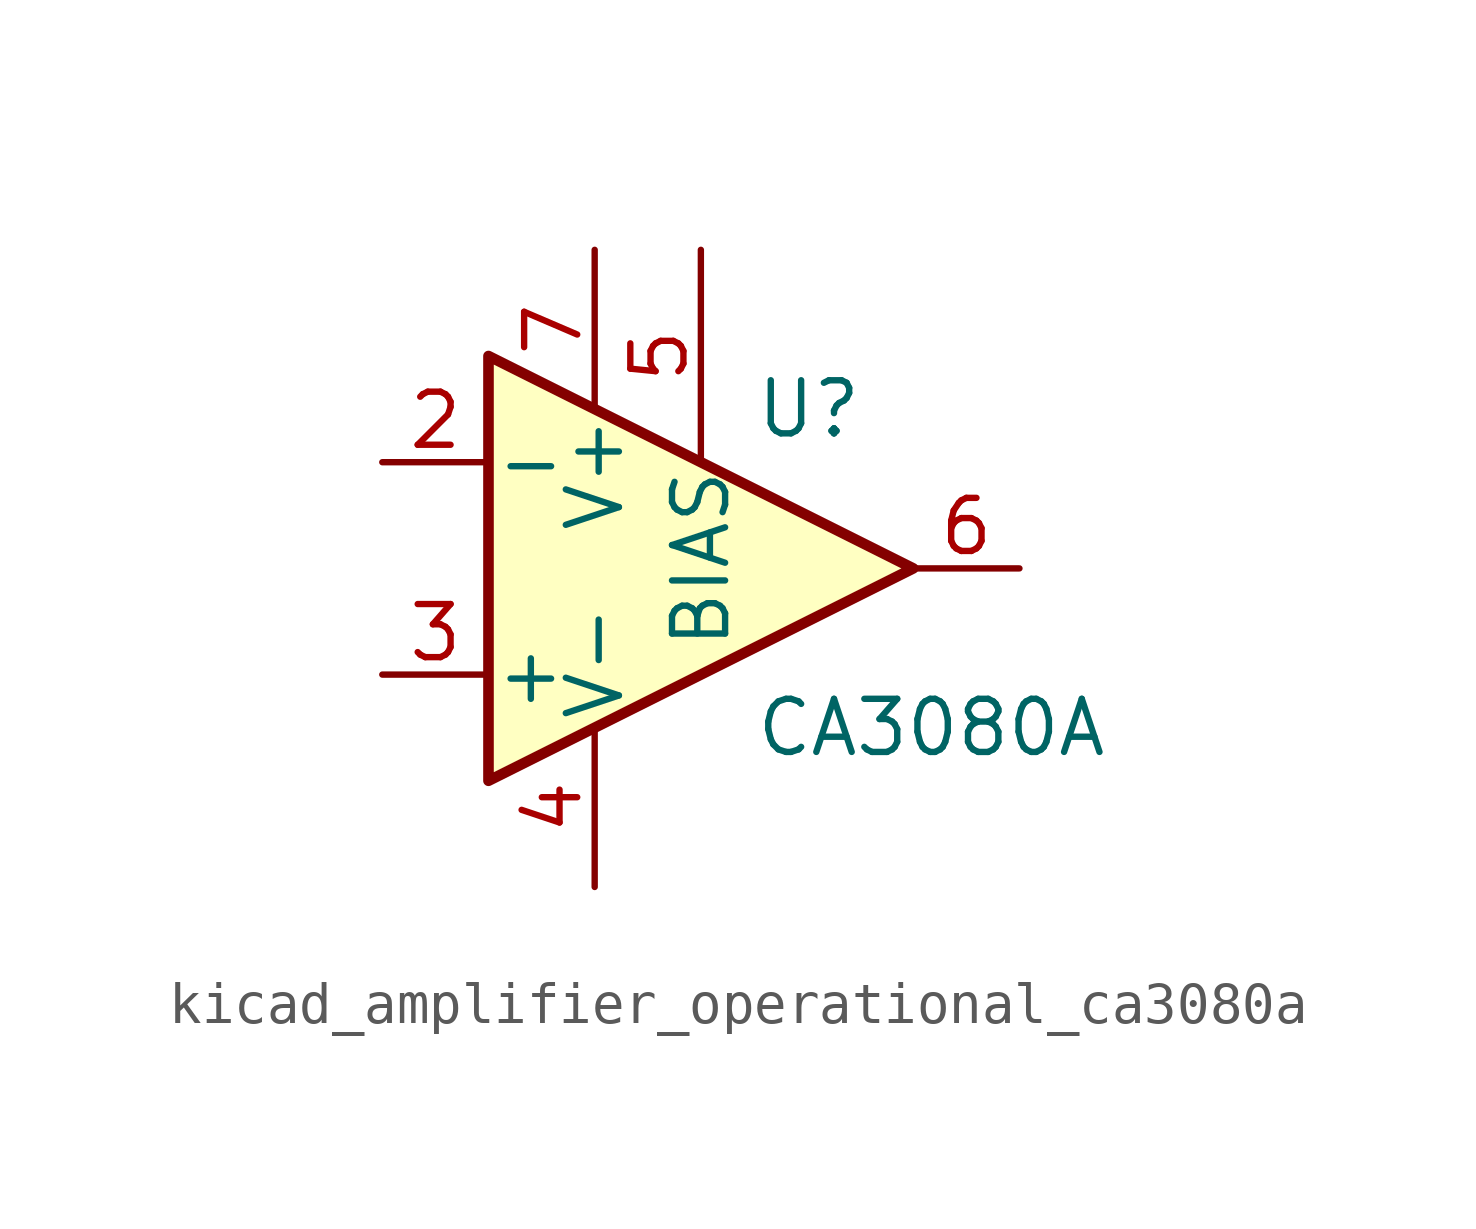
<source format=kicad_sym>
(kicad_symbol_lib
  (version 20220914)
  (generator kicad_symbol_editor)
  (symbol "kicad_amplifier_operational_ca3080a"
    (pin_names
      (offset 0.127))
    (property "Reference" "U"
      (at 1.27 3.81 0)
      (effects (font (size 1.27 1.27)) (justify left)))
    (property "Value" "CA3080A"
      (at 1.27 -3.81 0)
      (effects (font (size 1.27 1.27)) (justify left)))
    (symbol "kicad_amplifier_operational_ca3080a_0_1"
      (polyline (pts (xy 5.08 0) (xy -5.08 -5.08) (xy -5.08 5.08) (xy 5.08 0)) (stroke (width 0.254) (type default)) (fill (type background))))
    (symbol "kicad_amplifier_operational_ca3080a_1_1"
      (pin no_connect line (at -2.54 2.54 270) (length 2.54) hide (name "NC" (effects (font (size 1.27 1.27)))) (number "1" (effects (font (size 1.27 1.27)))))
      (pin input line (at -7.62 2.54 0) (length 2.54) (name "-" (effects (font (size 1.27 1.27)))) (number "2" (effects (font (size 1.27 1.27)))))
      (pin input line (at -7.62 -2.54 0) (length 2.54) (name "+" (effects (font (size 1.27 1.27)))) (number "3" (effects (font (size 1.27 1.27)))))
      (pin power_in line (at -2.54 -7.62 90) (length 3.81) (name "V-" (effects (font (size 1.27 1.27)))) (number "4" (effects (font (size 1.27 1.27)))))
      (pin passive line (at 0 7.62 270) (length 5.08) (name "BIAS" (effects (font (size 1.27 1.27)))) (number "5" (effects (font (size 1.27 1.27)))))
      (pin output line (at 7.62 0 180) (length 2.54) (name "~" (effects (font (size 1.27 1.27)))) (number "6" (effects (font (size 1.27 1.27)))))
      (pin power_in line (at -2.54 7.62 270) (length 3.81) (name "V+" (effects (font (size 1.27 1.27)))) (number "7" (effects (font (size 1.27 1.27)))))
      (pin no_connect line (at 0 2.54 270) (length 2.54) hide (name "NC" (effects (font (size 1.27 1.27)))) (number "8" (effects (font (size 1.27 1.27))))))))
</source>
